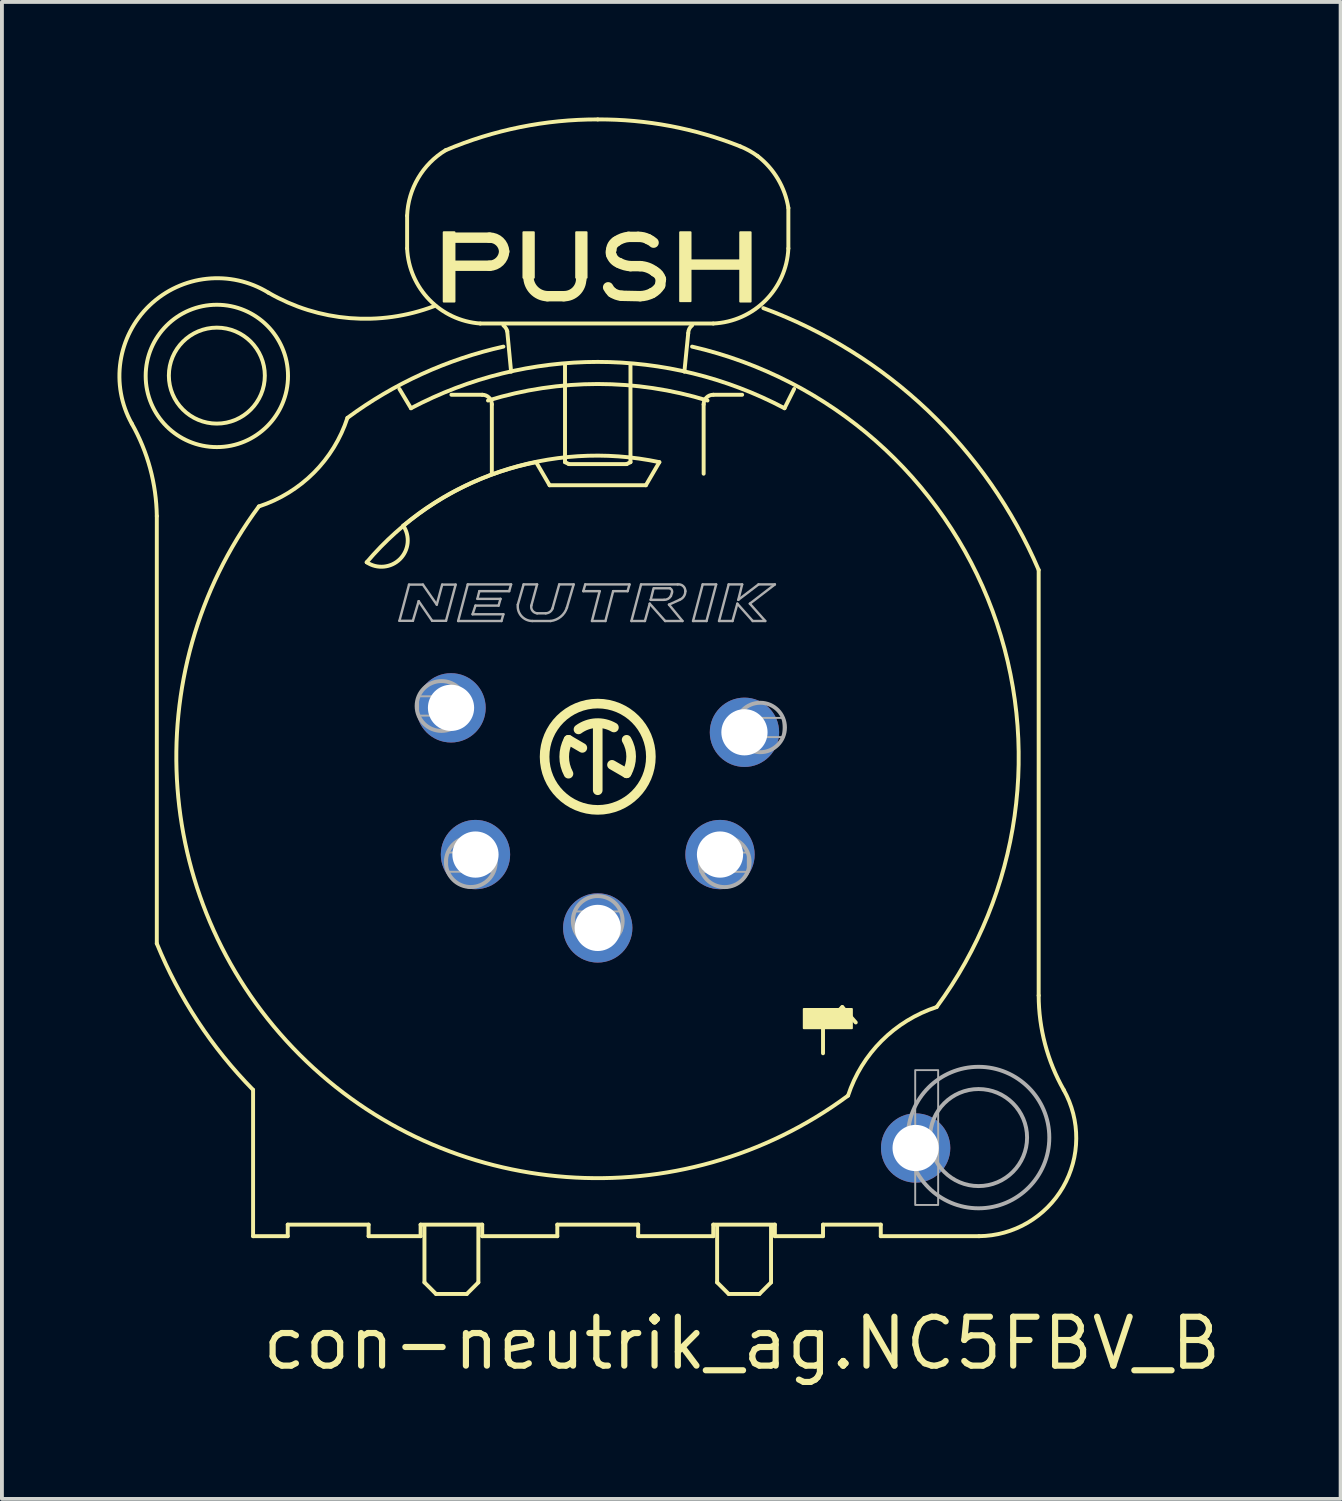
<source format=kicad_pcb>
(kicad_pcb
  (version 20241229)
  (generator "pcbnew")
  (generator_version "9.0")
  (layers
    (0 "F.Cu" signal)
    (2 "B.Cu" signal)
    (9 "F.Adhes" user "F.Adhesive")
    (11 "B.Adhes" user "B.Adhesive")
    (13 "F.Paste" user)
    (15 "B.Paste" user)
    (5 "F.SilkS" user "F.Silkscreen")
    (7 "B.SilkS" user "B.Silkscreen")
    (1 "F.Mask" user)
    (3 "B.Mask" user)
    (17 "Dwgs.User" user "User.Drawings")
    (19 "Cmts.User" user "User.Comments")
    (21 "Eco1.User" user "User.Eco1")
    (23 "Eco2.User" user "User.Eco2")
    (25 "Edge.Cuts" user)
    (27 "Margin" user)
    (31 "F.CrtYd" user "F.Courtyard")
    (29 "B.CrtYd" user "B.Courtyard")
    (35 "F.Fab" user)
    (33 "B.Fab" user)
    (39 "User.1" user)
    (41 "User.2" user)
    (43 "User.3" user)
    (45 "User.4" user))
  (footprint "con-neutrik_ag.NC5FBV_B"
    (layer "F.Cu")
    (at 12.572 16.701)
    (property "Reference" "con-neutrik_ag.NC5FBV_B" (at -8.89 15.875 0) (layer "F.SilkS") (effects (font (size 1.27 1.27) (thickness 0.16)) (justify left bottom)))
    (attr through_hole)
    (fp_line (start -11.55 4.75) (end -11.55 -6.35) (stroke (width 0.102) (type default)) (layer "F.SilkS"))
    (fp_line (start -9.05 8.55) (end -9.05 12.35) (stroke (width 0.102) (type default)) (layer "F.SilkS"))
    (fp_line (start -9.05 12.35) (end -8.15 12.35) (stroke (width 0.102) (type default)) (layer "F.SilkS"))
    (fp_line (start -8.15 12.05) (end -6.05 12.05) (stroke (width 0.102) (type default)) (layer "F.SilkS"))
    (fp_line (start -8.15 12.35) (end -8.15 12.05) (stroke (width 0.102) (type default)) (layer "F.SilkS"))
    (fp_line (start -6.05 12.05) (end -6.05 12.35) (stroke (width 0.102) (type default)) (layer "F.SilkS"))
    (fp_line (start -6.05 12.35) (end -4.7 12.35) (stroke (width 0.102) (type default)) (layer "F.SilkS"))
    (fp_line (start -5.05 -14.15) (end -5.05 -13.3) (stroke (width 0.102) (type default)) (layer "F.SilkS"))
    (fp_line (start -4.95 -9.15) (end -5.25 -9.65) (stroke (width 0.102) (type default)) (layer "F.SilkS"))
    (fp_line (start -4.7 12.05) (end -3.1 12.05) (stroke (width 0.102) (type default)) (layer "F.SilkS"))
    (fp_line (start -4.7 12.35) (end -4.7 12.05) (stroke (width 0.102) (type default)) (layer "F.SilkS"))
    (fp_line (start -4.6 12.1) (end -4.6 13.55) (stroke (width 0.102) (type default)) (layer "F.SilkS"))
    (fp_line (start -4.6 13.55) (end -4.3 13.85) (stroke (width 0.102) (type default)) (layer "F.SilkS"))
    (fp_line (start -4.3 13.85) (end -3.5 13.85) (stroke (width 0.102) (type default)) (layer "F.SilkS"))
    (fp_line (start -3.94 -13.58) (end -2.91 -13.58) (stroke (width 0.27) (type default)) (layer "F.SilkS"))
    (fp_line (start -3.9 -9.5) (end -3.1 -9.5) (stroke (width 0.102) (type default)) (layer "F.SilkS"))
    (fp_line (start -3.5 13.85) (end -3.2 13.55) (stroke (width 0.102) (type default)) (layer "F.SilkS"))
    (fp_line (start -3.2 13.55) (end -3.2 12.1) (stroke (width 0.102) (type default)) (layer "F.SilkS"))
    (fp_line (start -3.15 -11.35) (end 2.9 -11.35) (stroke (width 0.102) (type default)) (layer "F.SilkS"))
    (fp_line (start -3.1 12.05) (end -3.1 12.35) (stroke (width 0.102) (type default)) (layer "F.SilkS"))
    (fp_line (start -3.1 12.35) (end -1.15 12.35) (stroke (width 0.102) (type default)) (layer "F.SilkS"))
    (fp_line (start -2.91 -12.85) (end -3.87 -12.85) (stroke (width 0.27) (type default)) (layer "F.SilkS"))
    (fp_line (start -2.85 -9.25) (end -2.85 -7.45) (stroke (width 0.102) (type default)) (layer "F.SilkS"))
    (fp_line (start -2.35 -10.1) (end -2.45 -11.15) (stroke (width 0.102) (type default)) (layer "F.SilkS"))
    (fp_line (start -1.9 -12.63) (end -1.9 -12.57) (stroke (width 0.27) (type default)) (layer "F.SilkS"))
    (fp_line (start -1.7 -7.75) (end -1.35 -7.15) (stroke (width 0.102) (type default)) (layer "F.SilkS"))
    (fp_line (start -1.41 -12.06) (end -0.98 -12.06) (stroke (width 0.27) (type default)) (layer "F.SilkS"))
    (fp_line (start -1.35 -7.15) (end 1.15 -7.15) (stroke (width 0.102) (type default)) (layer "F.SilkS"))
    (fp_line (start -1.15 12.05) (end 0.95 12.05) (stroke (width 0.102) (type default)) (layer "F.SilkS"))
    (fp_line (start -1.15 12.35) (end -1.15 12.05) (stroke (width 0.102) (type default)) (layer "F.SilkS"))
    (fp_line (start -0.95 -10.3) (end -0.95 -7.75) (stroke (width 0.102) (type default)) (layer "F.SilkS"))
    (fp_line (start -0.95 -7.75) (end -0.85 -7.7) (stroke (width 0.102) (type default)) (layer "F.SilkS"))
    (fp_line (start -0.86 -0.54) (end -0.5 -0.33) (stroke (width 0.25) (type default)) (layer "F.SilkS"))
    (fp_line (start -0.85 -7.7) (end 0.65 -7.7) (stroke (width 0.102) (type default)) (layer "F.SilkS"))
    (fp_line (start -0.53 -12.5) (end -0.53 -12.55) (stroke (width 0.27) (type default)) (layer "F.SilkS"))
    (fp_line (start -0.1 0.77) (end -0.1 -0.88) (stroke (width 0.25) (type default)) (layer "F.SilkS"))
    (fp_line (start 0.27 0.11) (end 0.65 0.33) (stroke (width 0.25) (type default)) (layer "F.SilkS"))
    (fp_line (start 0.52 -12.07) (end 1 -12.06) (stroke (width 0.27) (type default)) (layer "F.SilkS"))
    (fp_line (start 0.65 -7.7) (end 0.75 -7.75) (stroke (width 0.102) (type default)) (layer "F.SilkS"))
    (fp_line (start 0.7 -13.6) (end 0.95 -13.6) (stroke (width 0.27) (type default)) (layer "F.SilkS"))
    (fp_line (start 0.75 -7.75) (end 0.75 -10.3) (stroke (width 0.102) (type default)) (layer "F.SilkS"))
    (fp_line (start 0.95 12.05) (end 0.95 12.35) (stroke (width 0.102) (type default)) (layer "F.SilkS"))
    (fp_line (start 0.95 12.35) (end 2.9 12.35) (stroke (width 0.102) (type default)) (layer "F.SilkS"))
    (fp_line (start 1 -12.84) (end 0.75 -12.84) (stroke (width 0.27) (type default)) (layer "F.SilkS"))
    (fp_line (start 1.15 -7.15) (end 1.5 -7.75) (stroke (width 0.102) (type default)) (layer "F.SilkS"))
    (fp_line (start 1.52 -12.34) (end 1.54 -12.5) (stroke (width 0.27) (type default)) (layer "F.SilkS"))
    (fp_line (start 2.15 -10.1) (end 2.25 -11.1) (stroke (width 0.102) (type default)) (layer "F.SilkS"))
    (fp_line (start 2.65 -9.25) (end 2.65 -7.45) (stroke (width 0.102) (type default)) (layer "F.SilkS"))
    (fp_line (start 2.9 12.05) (end 4.5 12.05) (stroke (width 0.102) (type default)) (layer "F.SilkS"))
    (fp_line (start 2.9 12.35) (end 2.9 12.05) (stroke (width 0.102) (type default)) (layer "F.SilkS"))
    (fp_line (start 3 12.1) (end 3 13.55) (stroke (width 0.102) (type default)) (layer "F.SilkS"))
    (fp_line (start 3 13.55) (end 3.3 13.85) (stroke (width 0.102) (type default)) (layer "F.SilkS"))
    (fp_line (start 3.3 13.85) (end 4.1 13.85) (stroke (width 0.102) (type default)) (layer "F.SilkS"))
    (fp_line (start 3.65 -9.5) (end 2.9 -9.5) (stroke (width 0.102) (type default)) (layer "F.SilkS"))
    (fp_line (start 4.1 13.85) (end 4.4 13.55) (stroke (width 0.102) (type default)) (layer "F.SilkS"))
    (fp_line (start 4.4 13.55) (end 4.4 12.1) (stroke (width 0.102) (type default)) (layer "F.SilkS"))
    (fp_line (start 4.5 12.05) (end 4.5 12.35) (stroke (width 0.102) (type default)) (layer "F.SilkS"))
    (fp_line (start 4.5 12.35) (end 5.75 12.35) (stroke (width 0.102) (type default)) (layer "F.SilkS"))
    (fp_line (start 4.85 -13.3) (end 4.85 -14.35) (stroke (width 0.102) (type default)) (layer "F.SilkS"))
    (fp_line (start 5 -9.65) (end 4.75 -9.15) (stroke (width 0.102) (type default)) (layer "F.SilkS"))
    (fp_line (start 5.75 7.6) (end 5.75 6.9) (stroke (width 0.102) (type default)) (layer "F.SilkS"))
    (fp_line (start 5.75 12.05) (end 7.25 12.05) (stroke (width 0.102) (type default)) (layer "F.SilkS"))
    (fp_line (start 5.75 12.35) (end 5.75 12.05) (stroke (width 0.102) (type default)) (layer "F.SilkS"))
    (fp_line (start 6.1 6.55) (end 6.25 6.4) (stroke (width 0.102) (type default)) (layer "F.SilkS"))
    (fp_line (start 6.25 6.4) (end 6.6 6.8) (stroke (width 0.102) (type default)) (layer "F.SilkS"))
    (fp_line (start 7.25 12.05) (end 7.25 12.35) (stroke (width 0.102) (type default)) (layer "F.SilkS"))
    (fp_line (start 7.25 12.35) (end 9.8 12.35) (stroke (width 0.102) (type default)) (layer "F.SilkS"))
    (fp_line (start 11.35 6.1) (end 11.35 -4.95) (stroke (width 0.102) (type default)) (layer "F.SilkS"))
    (fp_rect (start -4.1 -11.92) (end -3.82 -13.72) (stroke (width 0.05) (type default)) (fill yes) (layer "F.SilkS"))
    (fp_rect (start -2.03 -12.54) (end -1.76 -13.72) (stroke (width 0.05) (type default)) (fill yes) (layer "F.SilkS"))
    (fp_rect (start -0.66 -12.54) (end -0.39 -13.72) (stroke (width 0.05) (type default)) (fill yes) (layer "F.SilkS"))
    (fp_rect (start 2.04 -11.93) (end 2.31 -13.72) (stroke (width 0.05) (type default)) (fill yes) (layer "F.SilkS"))
    (fp_rect (start 2.27 -12.77) (end 3.64 -12.99) (stroke (width 0.05) (type default)) (fill yes) (layer "F.SilkS"))
    (fp_rect (start 3.6 -11.92) (end 3.87 -13.72) (stroke (width 0.05) (type default)) (fill yes) (layer "F.SilkS"))
    (fp_rect (start 5.25 6.95) (end 6.5 6.45) (stroke (width 0.05) (type default)) (fill yes) (layer "F.SilkS"))
    (fp_arc (start -12.2 -8.75) (mid -11.723731 -7.590969) (end -11.55 -6.35) (stroke (width 0.1016) (type default)) (layer "F.SilkS"))
    (fp_arc (start -12.2 -8.75) (mid -11.737659 -11.82057) (end -8.65 -12.15) (stroke (width 0.1016) (type default)) (layer "F.SilkS"))
    (fp_arc (start -9.05 8.55) (mid -10.485423 6.771989) (end -11.55 4.75) (stroke (width 0.1016) (type default)) (layer "F.SilkS"))
    (fp_arc (start -6.6 -8.9) (mid -7.473887 -7.473887) (end -8.9 -6.6) (stroke (width 0.1016) (type default)) (layer "F.SilkS"))
    (fp_arc (start -6.6 -8.9) (mid -4.671493 -10.036241) (end -2.55 -10.75) (stroke (width 0.1016) (type default)) (layer "F.SilkS"))
    (fp_arc (start -6.1 -5.15) (mid -2.658179 -7.496985) (end 1.5 -7.75) (stroke (width 0.1016) (type default)) (layer "F.SilkS"))
    (fp_arc (start -5.15 -6.1) (mid -5.234385 -5.234385) (end -6.1 -5.15) (stroke (width 0.1016) (type default)) (layer "F.SilkS"))
    (fp_arc (start -5.15 -6.1) (mid -3.529062 -7.142584) (end -1.7 -7.75) (stroke (width 0.1016) (type default)) (layer "F.SilkS"))
    (fp_arc (start -5.05 -14.15) (mid -4.764297 -15.126057) (end -4.05 -15.85) (stroke (width 0.1016) (type default)) (layer "F.SilkS"))
    (fp_arc (start -4.95 -9.15) (mid -0.1 -10.353012) (end 4.75 -9.15) (stroke (width 0.1016) (type default)) (layer "F.SilkS"))
    (fp_arc (start -4.35 -11.8) (mid -6.539491 -11.489819) (end -8.65 -12.15) (stroke (width 0.1016) (type default)) (layer "F.SilkS"))
    (fp_arc (start -4.05 -15.85) (mid -2.115493 -16.449936) (end -0.1 -16.65) (stroke (width 0.1016) (type default)) (layer "F.SilkS"))
    (fp_arc (start -3.15 -11.35) (mid -4.470713 -11.963792) (end -5.05 -13.3) (stroke (width 0.1016) (type default)) (layer "F.SilkS"))
    (fp_arc (start -3.1 -9.5) (mid -2.923223 -9.426777) (end -2.85 -9.25) (stroke (width 0.1016) (type default)) (layer "F.SilkS"))
    (fp_arc (start -2.95 -9.35) (mid -0.1 -9.779101) (end 2.75 -9.35) (stroke (width 0.1016) (type default)) (layer "F.SilkS"))
    (fp_arc (start -2.91 -13.58) (mid -2.647155 -13.476892) (end -2.53 -13.22) (stroke (width 0.27) (type default)) (layer "F.SilkS"))
    (fp_arc (start -2.55 -11.3) (mid -2.487829 -11.233114) (end -2.45 -11.15) (stroke (width 0.1016) (type default)) (layer "F.SilkS"))
    (fp_arc (start -2.53 -13.22) (mid -2.647322 -12.960358) (end -2.91 -12.85) (stroke (width 0.27) (type default)) (layer "F.SilkS"))
    (fp_arc (start -1.41 -12.06) (mid -1.75824 -12.215808) (end -1.9 -12.57) (stroke (width 0.27) (type default)) (layer "F.SilkS"))
    (fp_arc (start -0.86 0.34) (mid -0.970865 -0.1) (end -0.86 -0.54) (stroke (width 0.25) (type default)) (layer "F.SilkS"))
    (fp_arc (start -0.6 -0.81) (mid -0.14747 -0.972452) (end 0.32 -0.86) (stroke (width 0.25) (type default)) (layer "F.SilkS"))
    (fp_arc (start -0.53 -12.5) (mid -0.663615 -12.186538) (end -0.98 -12.06) (stroke (width 0.27) (type default)) (layer "F.SilkS"))
    (fp_arc (start -0.1 -16.65) (mid 1.783659 -16.477911) (end 3.6 -15.95) (stroke (width 0.1016) (type default)) (layer "F.SilkS"))
    (fp_arc (start 0.25 -13.26) (mid 0.287877 -13.386027) (end 0.38 -13.48) (stroke (width 0.27) (type default)) (layer "F.SilkS"))
    (fp_arc (start 0.25 -13.14) (mid 0.238792 -13.2) (end 0.25 -13.26) (stroke (width 0.27) (type default)) (layer "F.SilkS"))
    (fp_arc (start 0.27 -12.16) (mid 0.214187 -12.220528) (end 0.17 -12.29) (stroke (width 0.27) (type default)) (layer "F.SilkS"))
    (fp_arc (start 0.38 -13.48) (mid 0.53219 -13.560826) (end 0.7 -13.6) (stroke (width 0.27) (type default)) (layer "F.SilkS"))
    (fp_arc (start 0.46 -12.92) (mid 0.329033 -13.005213) (end 0.25 -13.14) (stroke (width 0.27) (type default)) (layer "F.SilkS"))
    (fp_arc (start 0.52 -12.07) (mid 0.389067 -12.098519) (end 0.27 -12.16) (stroke (width 0.27) (type default)) (layer "F.SilkS"))
    (fp_arc (start 0.65 -0.54) (mid 0.767699 -0.105) (end 0.65 0.33) (stroke (width 0.25) (type default)) (layer "F.SilkS"))
    (fp_arc (start 0.75 -12.84) (mid 0.600862 -12.865001) (end 0.46 -12.92) (stroke (width 0.27) (type default)) (layer "F.SilkS"))
    (fp_arc (start 0.95 -13.6) (mid 1.083921 -13.586992) (end 1.21 -13.54) (stroke (width 0.27) (type default)) (layer "F.SilkS"))
    (fp_arc (start 1 -12.84) (mid 1.20093 -12.799666) (end 1.38 -12.7) (stroke (width 0.27) (type default)) (layer "F.SilkS"))
    (fp_arc (start 1.21 -13.54) (mid 1.283781 -13.500882) (end 1.35 -13.45) (stroke (width 0.27) (type default)) (layer "F.SilkS"))
    (fp_arc (start 1.31 -12.14) (mid 1.159788 -12.081447) (end 1 -12.06) (stroke (width 0.27) (type default)) (layer "F.SilkS"))
    (fp_arc (start 1.38 -12.7) (mid 1.481093 -12.616874) (end 1.54 -12.5) (stroke (width 0.27) (type default)) (layer "F.SilkS"))
    (fp_arc (start 1.52 -12.34) (mid 1.429802 -12.224457) (end 1.31 -12.14) (stroke (width 0.27) (type default)) (layer "F.SilkS"))
    (fp_arc (start 2.25 -11.1) (mid 2.276393 -11.211803) (end 2.35 -11.3) (stroke (width 0.1016) (type default)) (layer "F.SilkS"))
    (fp_arc (start 2.35 -10.75) (mid 10.151107 -3.887874) (end 8.7 6.4) (stroke (width 0.1016) (type default)) (layer "F.SilkS"))
    (fp_arc (start 2.65 -9.25) (mid 2.723223 -9.426777) (end 2.9 -9.5) (stroke (width 0.1016) (type default)) (layer "F.SilkS"))
    (fp_arc (start 3.6 -15.95) (mid 3.832782 -15.839008) (end 4.05 -15.7) (stroke (width 0.1016) (type default)) (layer "F.SilkS"))
    (fp_arc (start 4.05 -15.7) (mid 4.57948 -15.101729) (end 4.85 -14.35) (stroke (width 0.1016) (type default)) (layer "F.SilkS"))
    (fp_arc (start 4.2 -11.75) (mid 8.475374 -9.086422) (end 11.35 -4.95) (stroke (width 0.1016) (type default)) (layer "F.SilkS"))
    (fp_arc (start 4.85 -13.3) (mid 4.253429 -11.946571) (end 2.9 -11.35) (stroke (width 0.1016) (type default)) (layer "F.SilkS"))
    (fp_arc (start 6.4 8.7) (mid -7.839361 7.639361) (end -8.9 -6.6) (stroke (width 0.1016) (type default)) (layer "F.SilkS"))
    (fp_arc (start 6.4 8.7) (mid 7.274876 7.274876) (end 8.7 6.4) (stroke (width 0.1016) (type default)) (layer "F.SilkS"))
    (fp_arc (start 12 8.55) (mid 11.98264 11.076792) (end 9.8 12.35) (stroke (width 0.1016) (type default)) (layer "F.SilkS"))
    (fp_arc (start 12 8.55) (mid 11.517245 7.366853) (end 11.35 6.1) (stroke (width 0.1016) (type default)) (layer "F.SilkS"))
    (fp_circle (center -9.991 -9.997) (end -8.745 -9.997) (stroke (width 0.102) (type default)) (fill no) (layer "F.SilkS"))
    (fp_circle (center -9.991 -9.989) (end -8.143 -9.989) (stroke (width 0.102) (type default)) (fill no) (layer "F.SilkS"))
    (fp_circle (center -0.1 -0.1) (end 1.28 -0.1) (stroke (width 0.25) (type default)) (fill no) (layer "F.SilkS"))
    (fp_line (start -5.25 -3.63) (end -5 -4.57) (stroke (width 0.063) (type default)) (layer "F.Fab"))
    (fp_line (start -5 -4.57) (end -4.64 -4.57) (stroke (width 0.063) (type default)) (layer "F.Fab"))
    (fp_line (start -4.9 -3.63) (end -5.25 -3.63) (stroke (width 0.063) (type default)) (layer "F.Fab"))
    (fp_line (start -4.75 -4.14) (end -4.9 -3.63) (stroke (width 0.063) (type default)) (layer "F.Fab"))
    (fp_line (start -4.64 -4.57) (end -4.28 -4.05) (stroke (width 0.063) (type default)) (layer "F.Fab"))
    (fp_line (start -4.4 -3.63) (end -4.75 -4.14) (stroke (width 0.063) (type default)) (layer "F.Fab"))
    (fp_line (start -4.28 -4.05) (end -4.14 -4.57) (stroke (width 0.063) (type default)) (layer "F.Fab"))
    (fp_line (start -4.14 -4.57) (end -3.79 -4.57) (stroke (width 0.063) (type default)) (layer "F.Fab"))
    (fp_line (start -4.04 -3.63) (end -4.4 -3.63) (stroke (width 0.063) (type default)) (layer "F.Fab"))
    (fp_line (start -3.79 -4.57) (end -4.04 -3.63) (stroke (width 0.063) (type default)) (layer "F.Fab"))
    (fp_line (start -3.725 -3.625) (end -3.475 -4.575) (stroke (width 0.063) (type default)) (layer "F.Fab"))
    (fp_line (start -3.475 -4.575) (end -2.35 -4.575) (stroke (width 0.063) (type default)) (layer "F.Fab"))
    (fp_line (start -3.35 -3.8) (end -2.55 -3.8) (stroke (width 0.063) (type default)) (layer "F.Fab"))
    (fp_line (start -3.275 -4.025) (end -3.35 -3.8) (stroke (width 0.063) (type default)) (layer "F.Fab"))
    (fp_line (start -3.225 -4.2) (end -2.625 -4.2) (stroke (width 0.063) (type default)) (layer "F.Fab"))
    (fp_line (start -3.175 -4.4) (end -3.225 -4.2) (stroke (width 0.063) (type default)) (layer "F.Fab"))
    (fp_line (start -2.675 -4.025) (end -3.275 -4.025) (stroke (width 0.063) (type default)) (layer "F.Fab"))
    (fp_line (start -2.625 -4.2) (end -2.675 -4.025) (stroke (width 0.063) (type default)) (layer "F.Fab"))
    (fp_line (start -2.6 -3.625) (end -3.725 -3.625) (stroke (width 0.063) (type default)) (layer "F.Fab"))
    (fp_line (start -2.55 -3.8) (end -2.6 -3.625) (stroke (width 0.063) (type default)) (layer "F.Fab"))
    (fp_line (start -2.4 -4.4) (end -3.175 -4.4) (stroke (width 0.063) (type default)) (layer "F.Fab"))
    (fp_line (start -2.35 -4.575) (end -2.4 -4.4) (stroke (width 0.063) (type default)) (layer "F.Fab"))
    (fp_line (start -2.175 -4.05) (end -2.025 -4.575) (stroke (width 0.063) (type default)) (layer "F.Fab"))
    (fp_line (start -2.025 -4.575) (end -1.675 -4.575) (stroke (width 0.063) (type default)) (layer "F.Fab"))
    (fp_line (start -1.675 -4.575) (end -1.825 -4.025) (stroke (width 0.063) (type default)) (layer "F.Fab"))
    (fp_line (start -1.675 -3.825) (end -1.45 -3.825) (stroke (width 0.063) (type default)) (layer "F.Fab"))
    (fp_line (start -1.325 -3.625) (end -1.8 -3.625) (stroke (width 0.063) (type default)) (layer "F.Fab"))
    (fp_line (start -1.275 -3.95) (end -1.1 -4.575) (stroke (width 0.063) (type default)) (layer "F.Fab"))
    (fp_line (start -1.1 -4.575) (end -0.725 -4.575) (stroke (width 0.063) (type default)) (layer "F.Fab"))
    (fp_line (start -0.725 -4.575) (end -0.9 -3.975) (stroke (width 0.063) (type default)) (layer "F.Fab"))
    (fp_line (start -0.475 -4.4) (end -0.425 -4.575) (stroke (width 0.063) (type default)) (layer "F.Fab"))
    (fp_line (start -0.425 -4.575) (end 0.725 -4.575) (stroke (width 0.063) (type default)) (layer "F.Fab"))
    (fp_line (start -0.25 -3.625) (end -0.05 -4.4) (stroke (width 0.063) (type default)) (layer "F.Fab"))
    (fp_line (start -0.05 -4.4) (end -0.475 -4.4) (stroke (width 0.063) (type default)) (layer "F.Fab"))
    (fp_line (start 0.1 -3.625) (end -0.25 -3.625) (stroke (width 0.063) (type default)) (layer "F.Fab"))
    (fp_line (start 0.3 -4.4) (end 0.1 -3.625) (stroke (width 0.063) (type default)) (layer "F.Fab"))
    (fp_line (start 0.675 -4.4) (end 0.3 -4.4) (stroke (width 0.063) (type default)) (layer "F.Fab"))
    (fp_line (start 0.725 -4.575) (end 0.675 -4.4) (stroke (width 0.063) (type default)) (layer "F.Fab"))
    (fp_line (start 0.775 -3.625) (end 1.025 -4.575) (stroke (width 0.063) (type default)) (layer "F.Fab"))
    (fp_line (start 1.025 -4.575) (end 1.975 -4.575) (stroke (width 0.063) (type default)) (layer "F.Fab"))
    (fp_line (start 1.125 -3.625) (end 0.775 -3.625) (stroke (width 0.063) (type default)) (layer "F.Fab"))
    (fp_line (start 1.25 -4.075) (end 1.125 -3.625) (stroke (width 0.063) (type default)) (layer "F.Fab"))
    (fp_line (start 1.275 -4.175) (end 1.625 -4.175) (stroke (width 0.063) (type default)) (layer "F.Fab"))
    (fp_line (start 1.35 -4.475) (end 1.275 -4.175) (stroke (width 0.063) (type default)) (layer "F.Fab"))
    (fp_line (start 1.65 -3.625) (end 1.25 -4.075) (stroke (width 0.063) (type default)) (layer "F.Fab"))
    (fp_line (start 1.75 -4.05) (end 2.1 -3.625) (stroke (width 0.063) (type default)) (layer "F.Fab"))
    (fp_line (start 1.775 -4.475) (end 1.375 -4.475) (stroke (width 0.063) (type default)) (layer "F.Fab"))
    (fp_line (start 1.8 -4.275) (end 1.825 -4.35) (stroke (width 0.063) (type default)) (layer "F.Fab"))
    (fp_line (start 2.025 -4.175) (end 1.75 -4.05) (stroke (width 0.063) (type default)) (layer "F.Fab"))
    (fp_line (start 2.1 -3.625) (end 1.65 -3.625) (stroke (width 0.063) (type default)) (layer "F.Fab"))
    (fp_line (start 2.375 -3.625) (end 2.625 -4.575) (stroke (width 0.063) (type default)) (layer "F.Fab"))
    (fp_line (start 2.625 -4.575) (end 2.975 -4.575) (stroke (width 0.063) (type default)) (layer "F.Fab"))
    (fp_line (start 2.725 -3.625) (end 2.375 -3.625) (stroke (width 0.063) (type default)) (layer "F.Fab"))
    (fp_line (start 2.975 -4.575) (end 2.725 -3.625) (stroke (width 0.063) (type default)) (layer "F.Fab"))
    (fp_line (start 3.05 -3.625) (end 3.4 -3.625) (stroke (width 0.063) (type default)) (layer "F.Fab"))
    (fp_line (start 3.3 -4.575) (end 3.05 -3.625) (stroke (width 0.063) (type default)) (layer "F.Fab"))
    (fp_line (start 3.4 -3.625) (end 3.525 -4.075) (stroke (width 0.063) (type default)) (layer "F.Fab"))
    (fp_line (start 3.525 -4.075) (end 3.925 -3.625) (stroke (width 0.063) (type default)) (layer "F.Fab"))
    (fp_line (start 3.55 -4.175) (end 3.65 -4.575) (stroke (width 0.063) (type default)) (layer "F.Fab"))
    (fp_line (start 3.65 -4.575) (end 3.3 -4.575) (stroke (width 0.063) (type default)) (layer "F.Fab"))
    (fp_line (start 3.85 -4.075) (end 4.5 -4.575) (stroke (width 0.063) (type default)) (layer "F.Fab"))
    (fp_line (start 3.925 -3.625) (end 4.25 -3.625) (stroke (width 0.063) (type default)) (layer "F.Fab"))
    (fp_line (start 4.075 -4.575) (end 3.55 -4.175) (stroke (width 0.063) (type default)) (layer "F.Fab"))
    (fp_line (start 4.25 -3.625) (end 3.85 -4.075) (stroke (width 0.063) (type default)) (layer "F.Fab"))
    (fp_line (start 4.5 -4.575) (end 4.075 -4.575) (stroke (width 0.063) (type default)) (layer "F.Fab"))
    (fp_rect (start -4.765 -1.168) (end -3.546 -1.669) (stroke (width 0.05) (type default)) (fill no) (layer "F.Fab"))
    (fp_rect (start -4.011 2.887) (end -2.797 2.386) (stroke (width 0.05) (type default)) (fill no) (layer "F.Fab"))
    (fp_rect (start -0.71 4.416) (end 0.526 3.917) (stroke (width 0.05) (type default)) (fill no) (layer "F.Fab"))
    (fp_rect (start 2.56 2.889) (end 3.797 2.388) (stroke (width 0.05) (type default)) (fill no) (layer "F.Fab"))
    (fp_rect (start 3.511 -0.61) (end 4.727 -1.108) (stroke (width 0.05) (type default)) (fill no) (layer "F.Fab"))
    (fp_rect (start 8.144 11.54) (end 8.74 8.038) (stroke (width 0.05) (type default)) (fill no) (layer "F.Fab"))
    (fp_arc (start -1.8 -3.625) (mid -2.082521 -3.753658) (end -2.175 -4.05) (stroke (width 0.0634) (type default)) (layer "F.Fab"))
    (fp_arc (start -1.675 -3.825) (mid -1.79424 -3.89182) (end -1.825 -4.025) (stroke (width 0.0634) (type default)) (layer "F.Fab"))
    (fp_arc (start -1.275 -3.95) (mid -1.343029 -3.86024) (end -1.45 -3.825) (stroke (width 0.0634) (type default)) (layer "F.Fab"))
    (fp_arc (start -0.9 -3.975) (mid -1.060299 -3.736613) (end -1.325 -3.625) (stroke (width 0.0634) (type default)) (layer "F.Fab"))
    (fp_arc (start 1.775 -4.475) (mid 1.825888 -4.422855) (end 1.825 -4.35) (stroke (width 0.0634) (type default)) (layer "F.Fab"))
    (fp_arc (start 1.8 -4.275) (mid 1.72636 -4.200745) (end 1.625 -4.175) (stroke (width 0.0634) (type default)) (layer "F.Fab"))
    (fp_arc (start 1.975 -4.575) (mid 2.115618 -4.533921) (end 2.175 -4.4) (stroke (width 0.0634) (type default)) (layer "F.Fab"))
    (fp_arc (start 2.175 -4.4) (mid 2.135142 -4.264072) (end 2.025 -4.175) (stroke (width 0.0634) (type default)) (layer "F.Fab"))
    (fp_circle (center -4.156 -1.418) (end -3.509 -1.418) (stroke (width 0.102) (type default)) (fill no) (layer "F.Fab"))
    (fp_circle (center -3.397 2.636) (end -2.75 2.636) (stroke (width 0.102) (type default)) (fill no) (layer "F.Fab"))
    (fp_circle (center -0.1 4.165) (end 0.547 4.165) (stroke (width 0.102) (type default)) (fill no) (layer "F.Fab"))
    (fp_circle (center 3.196 2.637) (end 3.844 2.637) (stroke (width 0.102) (type default)) (fill no) (layer "F.Fab"))
    (fp_circle (center 4.12 -0.86) (end 4.762 -0.86) (stroke (width 0.102) (type default)) (fill no) (layer "F.Fab"))
    (fp_circle (center 9.789 9.789) (end 11.049 9.789) (stroke (width 0.102) (type default)) (fill no) (layer "F.Fab"))
    (fp_circle (center 9.789 9.789) (end 11.626 9.789) (stroke (width 0.102) (type default)) (fill no) (layer "F.Fab"))
    (pad "1" thru_hole circle (at 3.71 -0.735) (size 1.8 1.8) (drill 1.2) (layers "*.Cu" "*.Mask"))
    (pad "2" thru_hole circle (at 3.075 2.44) (size 1.8 1.8) (drill 1.2) (layers "*.Cu" "*.Mask"))
    (pad "3" thru_hole circle (at -0.1 4.345) (size 1.8 1.8) (drill 1.2) (layers "*.Cu" "*.Mask"))
    (pad "4" thru_hole circle (at -3.275 2.44) (size 1.8 1.8) (drill 1.2) (layers "*.Cu" "*.Mask"))
    (pad "5" thru_hole circle (at -3.91 -1.37) (size 1.8 1.8) (drill 1.2) (layers "*.Cu" "*.Mask"))
    (pad "G" thru_hole circle (at 8.155 10.06) (size 1.8 1.8) (drill 1.2) (layers "*.Cu" "*.Mask")))
  (gr_rect
    (start -3 -3)
    (end 31.763 35.873)
    (stroke (width 0.1) (type default))
    (fill no)
    (layer "Edge.Cuts")))
</source>
